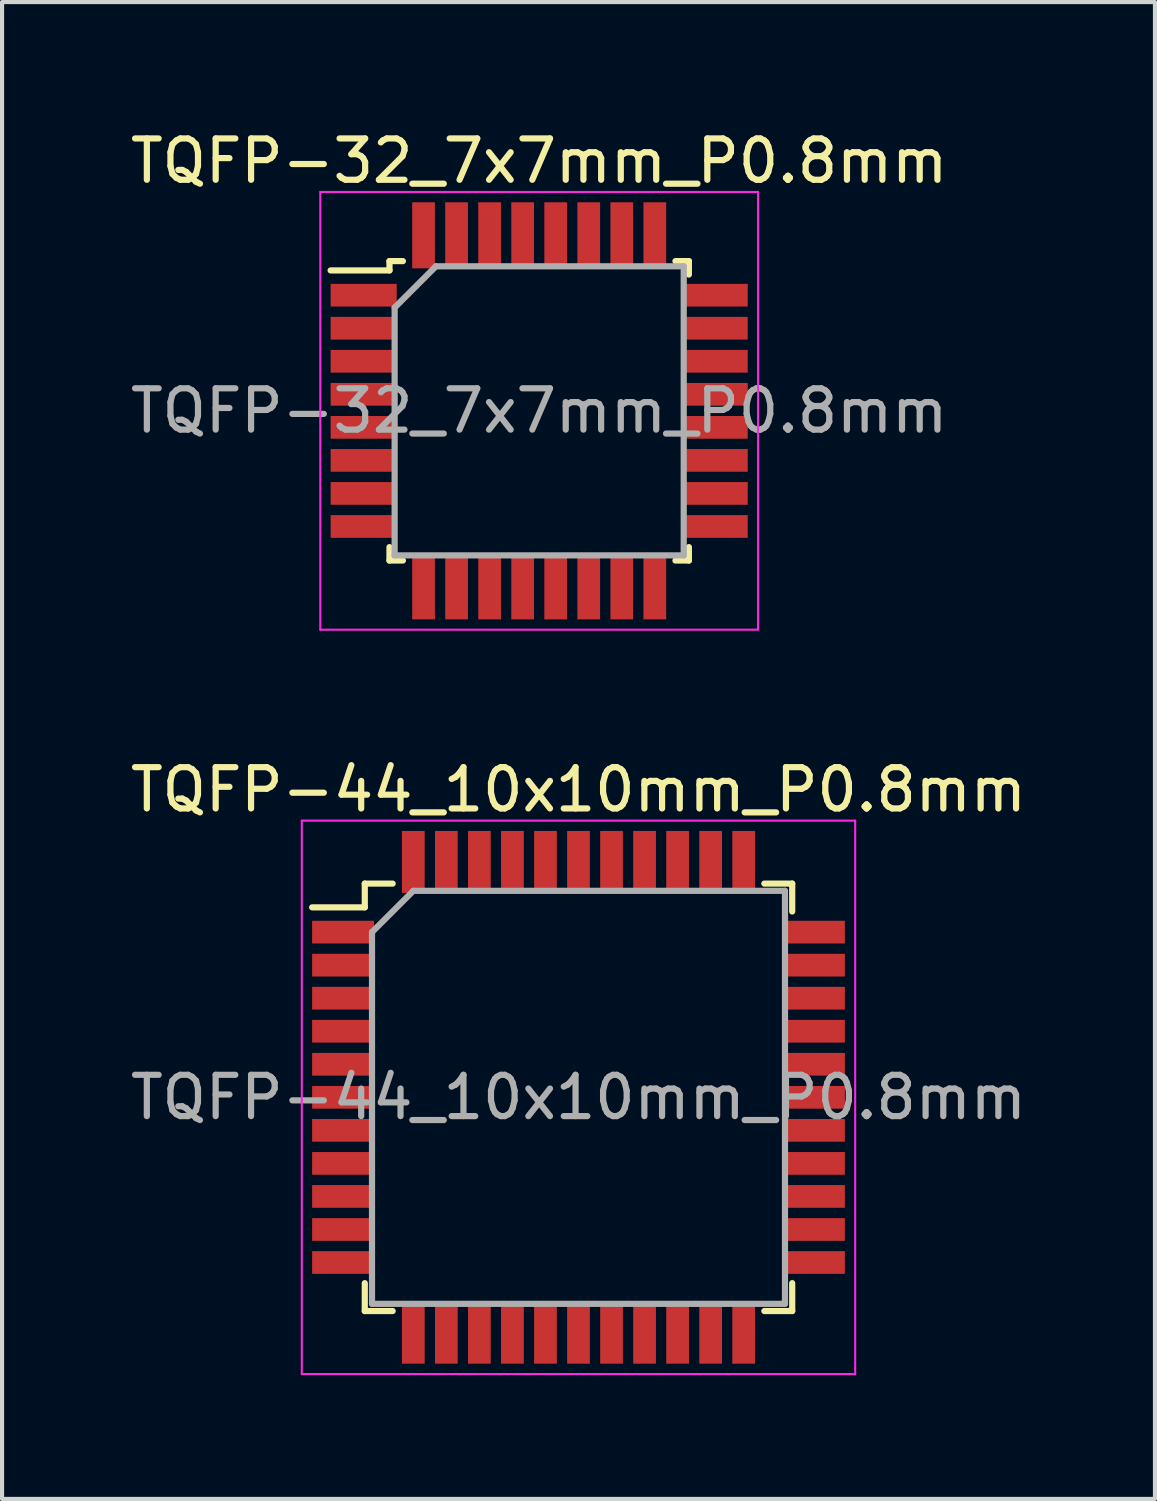
<source format=kicad_pcb>
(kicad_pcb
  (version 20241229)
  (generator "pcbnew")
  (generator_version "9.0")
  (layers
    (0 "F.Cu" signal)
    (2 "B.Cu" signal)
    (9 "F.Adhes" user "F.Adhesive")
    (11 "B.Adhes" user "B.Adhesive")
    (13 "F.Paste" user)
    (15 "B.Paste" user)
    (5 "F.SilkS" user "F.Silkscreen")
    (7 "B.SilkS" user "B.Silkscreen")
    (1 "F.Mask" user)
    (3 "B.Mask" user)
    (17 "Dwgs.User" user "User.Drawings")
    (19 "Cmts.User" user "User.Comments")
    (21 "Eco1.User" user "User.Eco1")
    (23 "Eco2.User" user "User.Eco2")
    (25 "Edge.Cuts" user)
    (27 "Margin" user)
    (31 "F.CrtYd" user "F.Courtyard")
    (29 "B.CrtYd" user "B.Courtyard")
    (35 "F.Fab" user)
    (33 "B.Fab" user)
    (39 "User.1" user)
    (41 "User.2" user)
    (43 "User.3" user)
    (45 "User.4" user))
  (footprint "TQFP-44_10x10mm_P0.8mm"
    (layer "F.Cu")
    (at 10.958 23.521)
    (property "Reference" "TQFP-44_10x10mm_P0.8mm" (at 0 -7.45 0) (layer "F.SilkS") (effects (font (size 1 1) (thickness 0.15))))
    (attr smd)
    (fp_line (start -5.175 -5.175) (end -5.175 -4.6) (stroke (width 0.15) (type solid)) (layer "F.SilkS"))
    (fp_line (start -5.175 -5.175) (end -4.5 -5.175) (stroke (width 0.15) (type solid)) (layer "F.SilkS"))
    (fp_line (start -5.175 -4.6) (end -6.45 -4.6) (stroke (width 0.15) (type solid)) (layer "F.SilkS"))
    (fp_line (start -5.175 5.175) (end -5.175 4.5) (stroke (width 0.15) (type solid)) (layer "F.SilkS"))
    (fp_line (start -5.175 5.175) (end -4.5 5.175) (stroke (width 0.15) (type solid)) (layer "F.SilkS"))
    (fp_line (start 5.175 -5.175) (end 4.5 -5.175) (stroke (width 0.15) (type solid)) (layer "F.SilkS"))
    (fp_line (start 5.175 -5.175) (end 5.175 -4.5) (stroke (width 0.15) (type solid)) (layer "F.SilkS"))
    (fp_line (start 5.175 5.175) (end 4.5 5.175) (stroke (width 0.15) (type solid)) (layer "F.SilkS"))
    (fp_line (start 5.175 5.175) (end 5.175 4.5) (stroke (width 0.15) (type solid)) (layer "F.SilkS"))
    (fp_line (start -6.7 -6.7) (end -6.7 6.7) (stroke (width 0.05) (type solid)) (layer "F.CrtYd"))
    (fp_line (start -6.7 -6.7) (end 6.7 -6.7) (stroke (width 0.05) (type solid)) (layer "F.CrtYd"))
    (fp_line (start -6.7 6.7) (end 6.7 6.7) (stroke (width 0.05) (type solid)) (layer "F.CrtYd"))
    (fp_line (start 6.7 -6.7) (end 6.7 6.7) (stroke (width 0.05) (type solid)) (layer "F.CrtYd"))
    (fp_line (start -5 -4) (end -4 -5) (stroke (width 0.15) (type solid)) (layer "F.Fab"))
    (fp_line (start -5 5) (end -5 -4) (stroke (width 0.15) (type solid)) (layer "F.Fab"))
    (fp_line (start -4 -5) (end 5 -5) (stroke (width 0.15) (type solid)) (layer "F.Fab"))
    (fp_line (start 5 -5) (end 5 5) (stroke (width 0.15) (type solid)) (layer "F.Fab"))
    (fp_line (start 5 5) (end -5 5) (stroke (width 0.15) (type solid)) (layer "F.Fab"))
    (fp_text user "${REFERENCE}" (at 0 0 0) (layer "F.Fab") (effects (font (size 1 1) (thickness 0.15))))
    (pad "1" smd rect (at -5.7 -4) (size 1.5 0.55) (layers "F.Cu" "F.Mask" "F.Paste"))
    (pad "2" smd rect (at -5.7 -3.2) (size 1.5 0.55) (layers "F.Cu" "F.Mask" "F.Paste"))
    (pad "3" smd rect (at -5.7 -2.4) (size 1.5 0.55) (layers "F.Cu" "F.Mask" "F.Paste"))
    (pad "4" smd rect (at -5.7 -1.6) (size 1.5 0.55) (layers "F.Cu" "F.Mask" "F.Paste"))
    (pad "5" smd rect (at -5.7 -0.8) (size 1.5 0.55) (layers "F.Cu" "F.Mask" "F.Paste"))
    (pad "6" smd rect (at -5.7 0) (size 1.5 0.55) (layers "F.Cu" "F.Mask" "F.Paste"))
    (pad "7" smd rect (at -5.7 0.8) (size 1.5 0.55) (layers "F.Cu" "F.Mask" "F.Paste"))
    (pad "8" smd rect (at -5.7 1.6) (size 1.5 0.55) (layers "F.Cu" "F.Mask" "F.Paste"))
    (pad "9" smd rect (at -5.7 2.4) (size 1.5 0.55) (layers "F.Cu" "F.Mask" "F.Paste"))
    (pad "10" smd rect (at -5.7 3.2) (size 1.5 0.55) (layers "F.Cu" "F.Mask" "F.Paste"))
    (pad "11" smd rect (at -5.7 4) (size 1.5 0.55) (layers "F.Cu" "F.Mask" "F.Paste"))
    (pad "12" smd rect (at -4 5.7 90) (size 1.5 0.55) (layers "F.Cu" "F.Mask" "F.Paste"))
    (pad "13" smd rect (at -3.2 5.7 90) (size 1.5 0.55) (layers "F.Cu" "F.Mask" "F.Paste"))
    (pad "14" smd rect (at -2.4 5.7 90) (size 1.5 0.55) (layers "F.Cu" "F.Mask" "F.Paste"))
    (pad "15" smd rect (at -1.6 5.7 90) (size 1.5 0.55) (layers "F.Cu" "F.Mask" "F.Paste"))
    (pad "16" smd rect (at -0.8 5.7 90) (size 1.5 0.55) (layers "F.Cu" "F.Mask" "F.Paste"))
    (pad "17" smd rect (at 0 5.7 90) (size 1.5 0.55) (layers "F.Cu" "F.Mask" "F.Paste"))
    (pad "18" smd rect (at 0.8 5.7 90) (size 1.5 0.55) (layers "F.Cu" "F.Mask" "F.Paste"))
    (pad "19" smd rect (at 1.6 5.7 90) (size 1.5 0.55) (layers "F.Cu" "F.Mask" "F.Paste"))
    (pad "20" smd rect (at 2.4 5.7 90) (size 1.5 0.55) (layers "F.Cu" "F.Mask" "F.Paste"))
    (pad "21" smd rect (at 3.2 5.7 90) (size 1.5 0.55) (layers "F.Cu" "F.Mask" "F.Paste"))
    (pad "22" smd rect (at 4 5.7 90) (size 1.5 0.55) (layers "F.Cu" "F.Mask" "F.Paste"))
    (pad "23" smd rect (at 5.7 4) (size 1.5 0.55) (layers "F.Cu" "F.Mask" "F.Paste"))
    (pad "24" smd rect (at 5.7 3.2) (size 1.5 0.55) (layers "F.Cu" "F.Mask" "F.Paste"))
    (pad "25" smd rect (at 5.7 2.4) (size 1.5 0.55) (layers "F.Cu" "F.Mask" "F.Paste"))
    (pad "26" smd rect (at 5.7 1.6) (size 1.5 0.55) (layers "F.Cu" "F.Mask" "F.Paste"))
    (pad "27" smd rect (at 5.7 0.8) (size 1.5 0.55) (layers "F.Cu" "F.Mask" "F.Paste"))
    (pad "28" smd rect (at 5.7 0) (size 1.5 0.55) (layers "F.Cu" "F.Mask" "F.Paste"))
    (pad "29" smd rect (at 5.7 -0.8) (size 1.5 0.55) (layers "F.Cu" "F.Mask" "F.Paste"))
    (pad "30" smd rect (at 5.7 -1.6) (size 1.5 0.55) (layers "F.Cu" "F.Mask" "F.Paste"))
    (pad "31" smd rect (at 5.7 -2.4) (size 1.5 0.55) (layers "F.Cu" "F.Mask" "F.Paste"))
    (pad "32" smd rect (at 5.7 -3.2) (size 1.5 0.55) (layers "F.Cu" "F.Mask" "F.Paste"))
    (pad "33" smd rect (at 5.7 -4) (size 1.5 0.55) (layers "F.Cu" "F.Mask" "F.Paste"))
    (pad "34" smd rect (at 4 -5.7 90) (size 1.5 0.55) (layers "F.Cu" "F.Mask" "F.Paste"))
    (pad "35" smd rect (at 3.2 -5.7 90) (size 1.5 0.55) (layers "F.Cu" "F.Mask" "F.Paste"))
    (pad "36" smd rect (at 2.4 -5.7 90) (size 1.5 0.55) (layers "F.Cu" "F.Mask" "F.Paste"))
    (pad "37" smd rect (at 1.6 -5.7 90) (size 1.5 0.55) (layers "F.Cu" "F.Mask" "F.Paste"))
    (pad "38" smd rect (at 0.8 -5.7 90) (size 1.5 0.55) (layers "F.Cu" "F.Mask" "F.Paste"))
    (pad "39" smd rect (at 0 -5.7 90) (size 1.5 0.55) (layers "F.Cu" "F.Mask" "F.Paste"))
    (pad "40" smd rect (at -0.8 -5.7 90) (size 1.5 0.55) (layers "F.Cu" "F.Mask" "F.Paste"))
    (pad "41" smd rect (at -1.6 -5.7 90) (size 1.5 0.55) (layers "F.Cu" "F.Mask" "F.Paste"))
    (pad "42" smd rect (at -2.4 -5.7 90) (size 1.5 0.55) (layers "F.Cu" "F.Mask" "F.Paste"))
    (pad "43" smd rect (at -3.2 -5.7 90) (size 1.5 0.55) (layers "F.Cu" "F.Mask" "F.Paste"))
    (pad "44" smd rect (at -4 -5.7 90) (size 1.5 0.55) (layers "F.Cu" "F.Mask" "F.Paste")))
  (footprint "TQFP-32_7x7mm_P0.8mm"
    (layer "F.Cu")
    (at 10.006 6.898)
    (property "Reference" "TQFP-32_7x7mm_P0.8mm" (at 0 -6.05 0) (layer "F.SilkS") (effects (font (size 1 1) (thickness 0.15))))
    (attr smd)
    (fp_line (start -3.625 -3.625) (end -3.625 -3.4) (stroke (width 0.15) (type solid)) (layer "F.SilkS"))
    (fp_line (start -3.625 -3.625) (end -3.3 -3.625) (stroke (width 0.15) (type solid)) (layer "F.SilkS"))
    (fp_line (start -3.625 -3.4) (end -5.05 -3.4) (stroke (width 0.15) (type solid)) (layer "F.SilkS"))
    (fp_line (start -3.625 3.625) (end -3.625 3.3) (stroke (width 0.15) (type solid)) (layer "F.SilkS"))
    (fp_line (start -3.625 3.625) (end -3.3 3.625) (stroke (width 0.15) (type solid)) (layer "F.SilkS"))
    (fp_line (start 3.625 -3.625) (end 3.3 -3.625) (stroke (width 0.15) (type solid)) (layer "F.SilkS"))
    (fp_line (start 3.625 -3.625) (end 3.625 -3.3) (stroke (width 0.15) (type solid)) (layer "F.SilkS"))
    (fp_line (start 3.625 3.625) (end 3.3 3.625) (stroke (width 0.15) (type solid)) (layer "F.SilkS"))
    (fp_line (start 3.625 3.625) (end 3.625 3.3) (stroke (width 0.15) (type solid)) (layer "F.SilkS"))
    (fp_line (start -5.3 -5.3) (end -5.3 5.3) (stroke (width 0.05) (type solid)) (layer "F.CrtYd"))
    (fp_line (start -5.3 -5.3) (end 5.3 -5.3) (stroke (width 0.05) (type solid)) (layer "F.CrtYd"))
    (fp_line (start -5.3 5.3) (end 5.3 5.3) (stroke (width 0.05) (type solid)) (layer "F.CrtYd"))
    (fp_line (start 5.3 -5.3) (end 5.3 5.3) (stroke (width 0.05) (type solid)) (layer "F.CrtYd"))
    (fp_line (start -3.5 -2.5) (end -2.5 -3.5) (stroke (width 0.15) (type solid)) (layer "F.Fab"))
    (fp_line (start -3.5 3.5) (end -3.5 -2.5) (stroke (width 0.15) (type solid)) (layer "F.Fab"))
    (fp_line (start -2.5 -3.5) (end 3.5 -3.5) (stroke (width 0.15) (type solid)) (layer "F.Fab"))
    (fp_line (start 3.5 -3.5) (end 3.5 3.5) (stroke (width 0.15) (type solid)) (layer "F.Fab"))
    (fp_line (start 3.5 3.5) (end -3.5 3.5) (stroke (width 0.15) (type solid)) (layer "F.Fab"))
    (fp_text user "${REFERENCE}" (at 0 0 0) (layer "F.Fab") (effects (font (size 1 1) (thickness 0.15))))
    (pad "1" smd rect (at -4.25 -2.8) (size 1.6 0.55) (layers "F.Cu" "F.Mask" "F.Paste"))
    (pad "2" smd rect (at -4.25 -2) (size 1.6 0.55) (layers "F.Cu" "F.Mask" "F.Paste"))
    (pad "3" smd rect (at -4.25 -1.2) (size 1.6 0.55) (layers "F.Cu" "F.Mask" "F.Paste"))
    (pad "4" smd rect (at -4.25 -0.4) (size 1.6 0.55) (layers "F.Cu" "F.Mask" "F.Paste"))
    (pad "5" smd rect (at -4.25 0.4) (size 1.6 0.55) (layers "F.Cu" "F.Mask" "F.Paste"))
    (pad "6" smd rect (at -4.25 1.2) (size 1.6 0.55) (layers "F.Cu" "F.Mask" "F.Paste"))
    (pad "7" smd rect (at -4.25 2) (size 1.6 0.55) (layers "F.Cu" "F.Mask" "F.Paste"))
    (pad "8" smd rect (at -4.25 2.8) (size 1.6 0.55) (layers "F.Cu" "F.Mask" "F.Paste"))
    (pad "9" smd rect (at -2.8 4.25 90) (size 1.6 0.55) (layers "F.Cu" "F.Mask" "F.Paste"))
    (pad "10" smd rect (at -2 4.25 90) (size 1.6 0.55) (layers "F.Cu" "F.Mask" "F.Paste"))
    (pad "11" smd rect (at -1.2 4.25 90) (size 1.6 0.55) (layers "F.Cu" "F.Mask" "F.Paste"))
    (pad "12" smd rect (at -0.4 4.25 90) (size 1.6 0.55) (layers "F.Cu" "F.Mask" "F.Paste"))
    (pad "13" smd rect (at 0.4 4.25 90) (size 1.6 0.55) (layers "F.Cu" "F.Mask" "F.Paste"))
    (pad "14" smd rect (at 1.2 4.25 90) (size 1.6 0.55) (layers "F.Cu" "F.Mask" "F.Paste"))
    (pad "15" smd rect (at 2 4.25 90) (size 1.6 0.55) (layers "F.Cu" "F.Mask" "F.Paste"))
    (pad "16" smd rect (at 2.8 4.25 90) (size 1.6 0.55) (layers "F.Cu" "F.Mask" "F.Paste"))
    (pad "17" smd rect (at 4.25 2.8) (size 1.6 0.55) (layers "F.Cu" "F.Mask" "F.Paste"))
    (pad "18" smd rect (at 4.25 2) (size 1.6 0.55) (layers "F.Cu" "F.Mask" "F.Paste"))
    (pad "19" smd rect (at 4.25 1.2) (size 1.6 0.55) (layers "F.Cu" "F.Mask" "F.Paste"))
    (pad "20" smd rect (at 4.25 0.4) (size 1.6 0.55) (layers "F.Cu" "F.Mask" "F.Paste"))
    (pad "21" smd rect (at 4.25 -0.4) (size 1.6 0.55) (layers "F.Cu" "F.Mask" "F.Paste"))
    (pad "22" smd rect (at 4.25 -1.2) (size 1.6 0.55) (layers "F.Cu" "F.Mask" "F.Paste"))
    (pad "23" smd rect (at 4.25 -2) (size 1.6 0.55) (layers "F.Cu" "F.Mask" "F.Paste"))
    (pad "24" smd rect (at 4.25 -2.8) (size 1.6 0.55) (layers "F.Cu" "F.Mask" "F.Paste"))
    (pad "25" smd rect (at 2.8 -4.25 90) (size 1.6 0.55) (layers "F.Cu" "F.Mask" "F.Paste"))
    (pad "26" smd rect (at 2 -4.25 90) (size 1.6 0.55) (layers "F.Cu" "F.Mask" "F.Paste"))
    (pad "27" smd rect (at 1.2 -4.25 90) (size 1.6 0.55) (layers "F.Cu" "F.Mask" "F.Paste"))
    (pad "28" smd rect (at 0.4 -4.25 90) (size 1.6 0.55) (layers "F.Cu" "F.Mask" "F.Paste"))
    (pad "29" smd rect (at -0.4 -4.25 90) (size 1.6 0.55) (layers "F.Cu" "F.Mask" "F.Paste"))
    (pad "30" smd rect (at -1.2 -4.25 90) (size 1.6 0.55) (layers "F.Cu" "F.Mask" "F.Paste"))
    (pad "31" smd rect (at -2 -4.25 90) (size 1.6 0.55) (layers "F.Cu" "F.Mask" "F.Paste"))
    (pad "32" smd rect (at -2.8 -4.25 90) (size 1.6 0.55) (layers "F.Cu" "F.Mask" "F.Paste")))
  (gr_rect
    (start -3 -3)
    (end 24.917 33.246)
    (stroke (width 0.1) (type default))
    (fill no)
    (layer "Edge.Cuts")))
</source>
